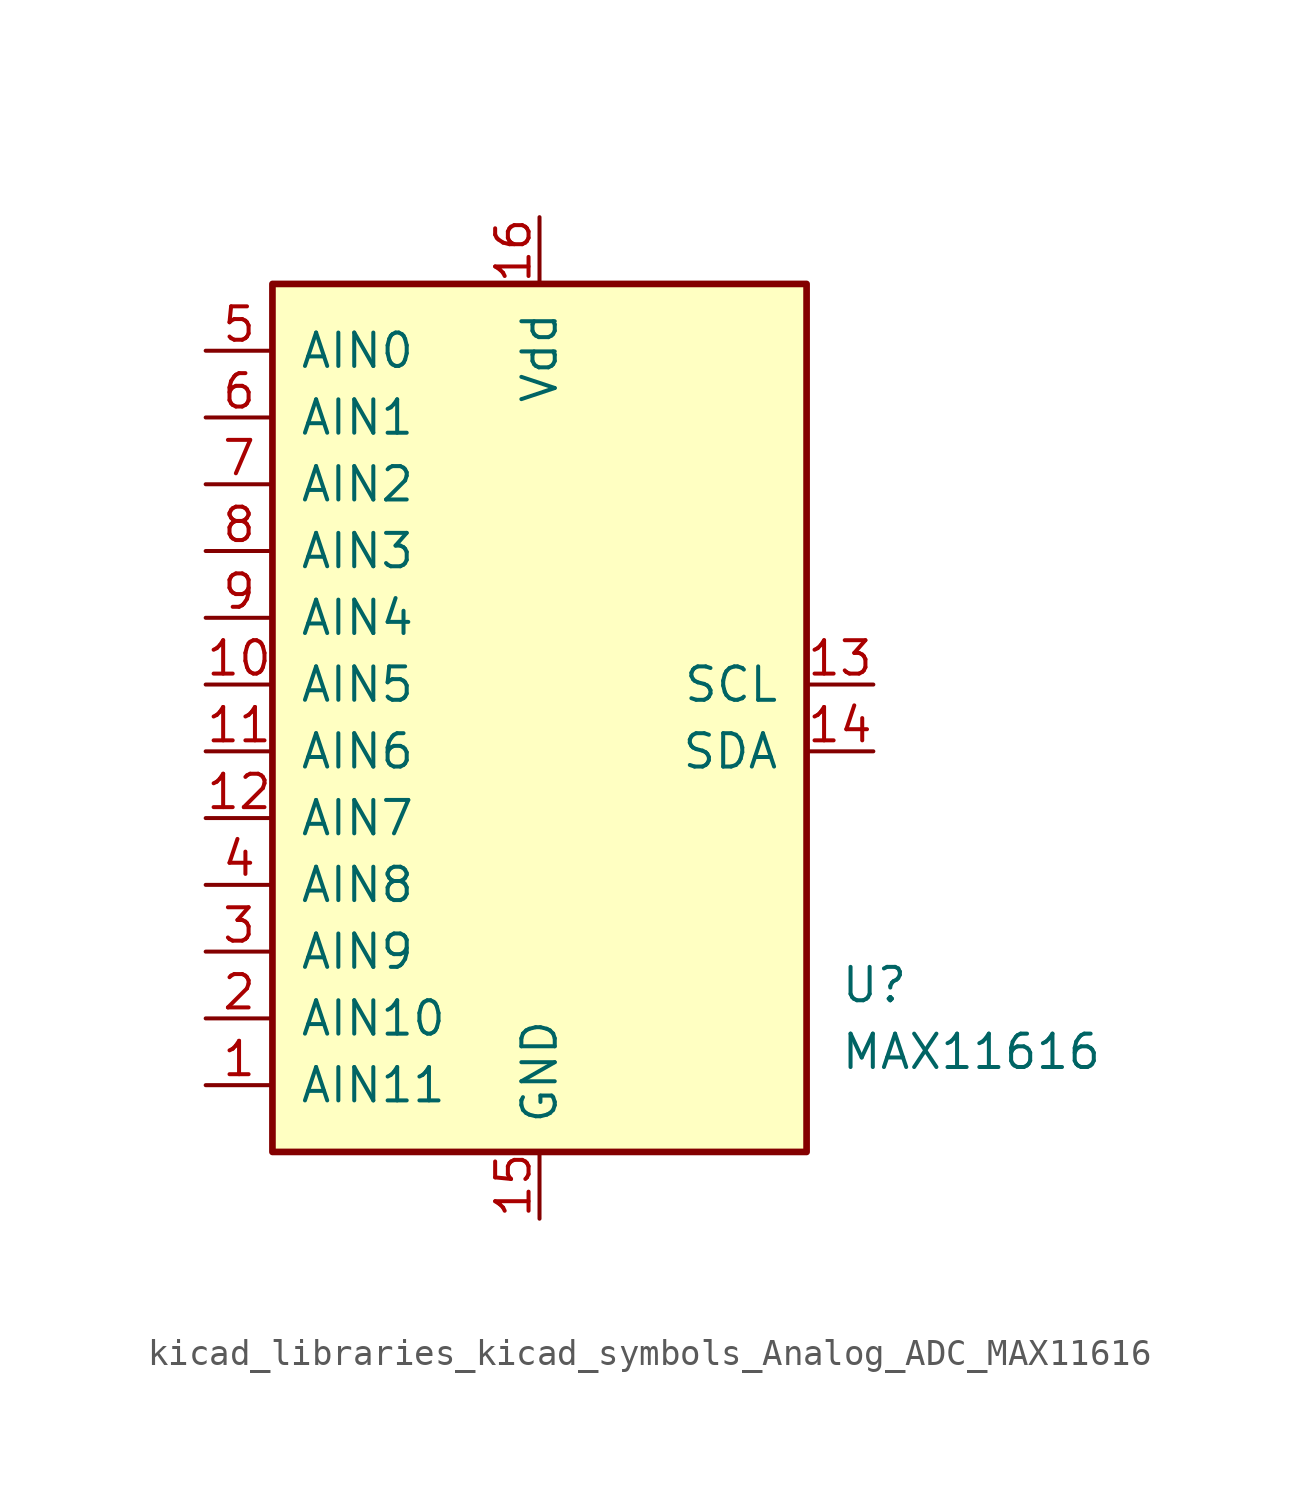
<source format=kicad_sym>
(kicad_symbol_lib
  (version 20220914)
  (generator kicad_symbol_editor)
  (symbol "kicad_libraries_kicad_symbols_Analog_ADC_MAX11616"
    (pin_names
      (offset 1.016))
    (property "Reference" "U"
      (at 11.43 -11.43 0)
      (effects (font (size 1.27 1.27)) (justify left)))
    (property "Value" "MAX11616"
      (at 11.43 -13.97 0)
      (effects (font (size 1.27 1.27)) (justify left)))
    (symbol "kicad_libraries_kicad_symbols_Analog_ADC_MAX11616_0_1"
      (rectangle (start -10.16 15.24) (end 10.16 -17.78) (stroke (width 0.254) (type default)) (fill (type background))))
    (symbol "kicad_libraries_kicad_symbols_Analog_ADC_MAX11616_1_1"
      (pin input line (at -12.7 -15.24 0) (length 2.54) (name "AIN11" (effects (font (size 1.27 1.27)))) (number "1" (effects (font (size 1.27 1.27)))))
      (pin input line (at -12.7 0 0) (length 2.54) (name "AIN5" (effects (font (size 1.27 1.27)))) (number "10" (effects (font (size 1.27 1.27)))))
      (pin input line (at -12.7 -2.54 0) (length 2.54) (name "AIN6" (effects (font (size 1.27 1.27)))) (number "11" (effects (font (size 1.27 1.27)))))
      (pin input line (at -12.7 -5.08 0) (length 2.54) (name "AIN7" (effects (font (size 1.27 1.27)))) (number "12" (effects (font (size 1.27 1.27)))))
      (pin input line (at 12.7 0 180) (length 2.54) (name "SCL" (effects (font (size 1.27 1.27)))) (number "13" (effects (font (size 1.27 1.27)))))
      (pin bidirectional line (at 12.7 -2.54 180) (length 2.54) (name "SDA" (effects (font (size 1.27 1.27)))) (number "14" (effects (font (size 1.27 1.27)))))
      (pin power_in line (at 0 -20.32 90) (length 2.54) (name "GND" (effects (font (size 1.27 1.27)))) (number "15" (effects (font (size 1.27 1.27)))))
      (pin power_in line (at 0 17.78 270) (length 2.54) (name "Vdd" (effects (font (size 1.27 1.27)))) (number "16" (effects (font (size 1.27 1.27)))))
      (pin input line (at -12.7 -12.7 0) (length 2.54) (name "AIN10" (effects (font (size 1.27 1.27)))) (number "2" (effects (font (size 1.27 1.27)))))
      (pin input line (at -12.7 -10.16 0) (length 2.54) (name "AIN9" (effects (font (size 1.27 1.27)))) (number "3" (effects (font (size 1.27 1.27)))))
      (pin input line (at -12.7 -7.62 0) (length 2.54) (name "AIN8" (effects (font (size 1.27 1.27)))) (number "4" (effects (font (size 1.27 1.27)))))
      (pin input line (at -12.7 12.7 0) (length 2.54) (name "AIN0" (effects (font (size 1.27 1.27)))) (number "5" (effects (font (size 1.27 1.27)))))
      (pin input line (at -12.7 10.16 0) (length 2.54) (name "AIN1" (effects (font (size 1.27 1.27)))) (number "6" (effects (font (size 1.27 1.27)))))
      (pin input line (at -12.7 7.62 0) (length 2.54) (name "AIN2" (effects (font (size 1.27 1.27)))) (number "7" (effects (font (size 1.27 1.27)))))
      (pin input line (at -12.7 5.08 0) (length 2.54) (name "AIN3" (effects (font (size 1.27 1.27)))) (number "8" (effects (font (size 1.27 1.27)))))
      (pin input line (at -12.7 2.54 0) (length 2.54) (name "AIN4" (effects (font (size 1.27 1.27)))) (number "9" (effects (font (size 1.27 1.27))))))))
</source>
